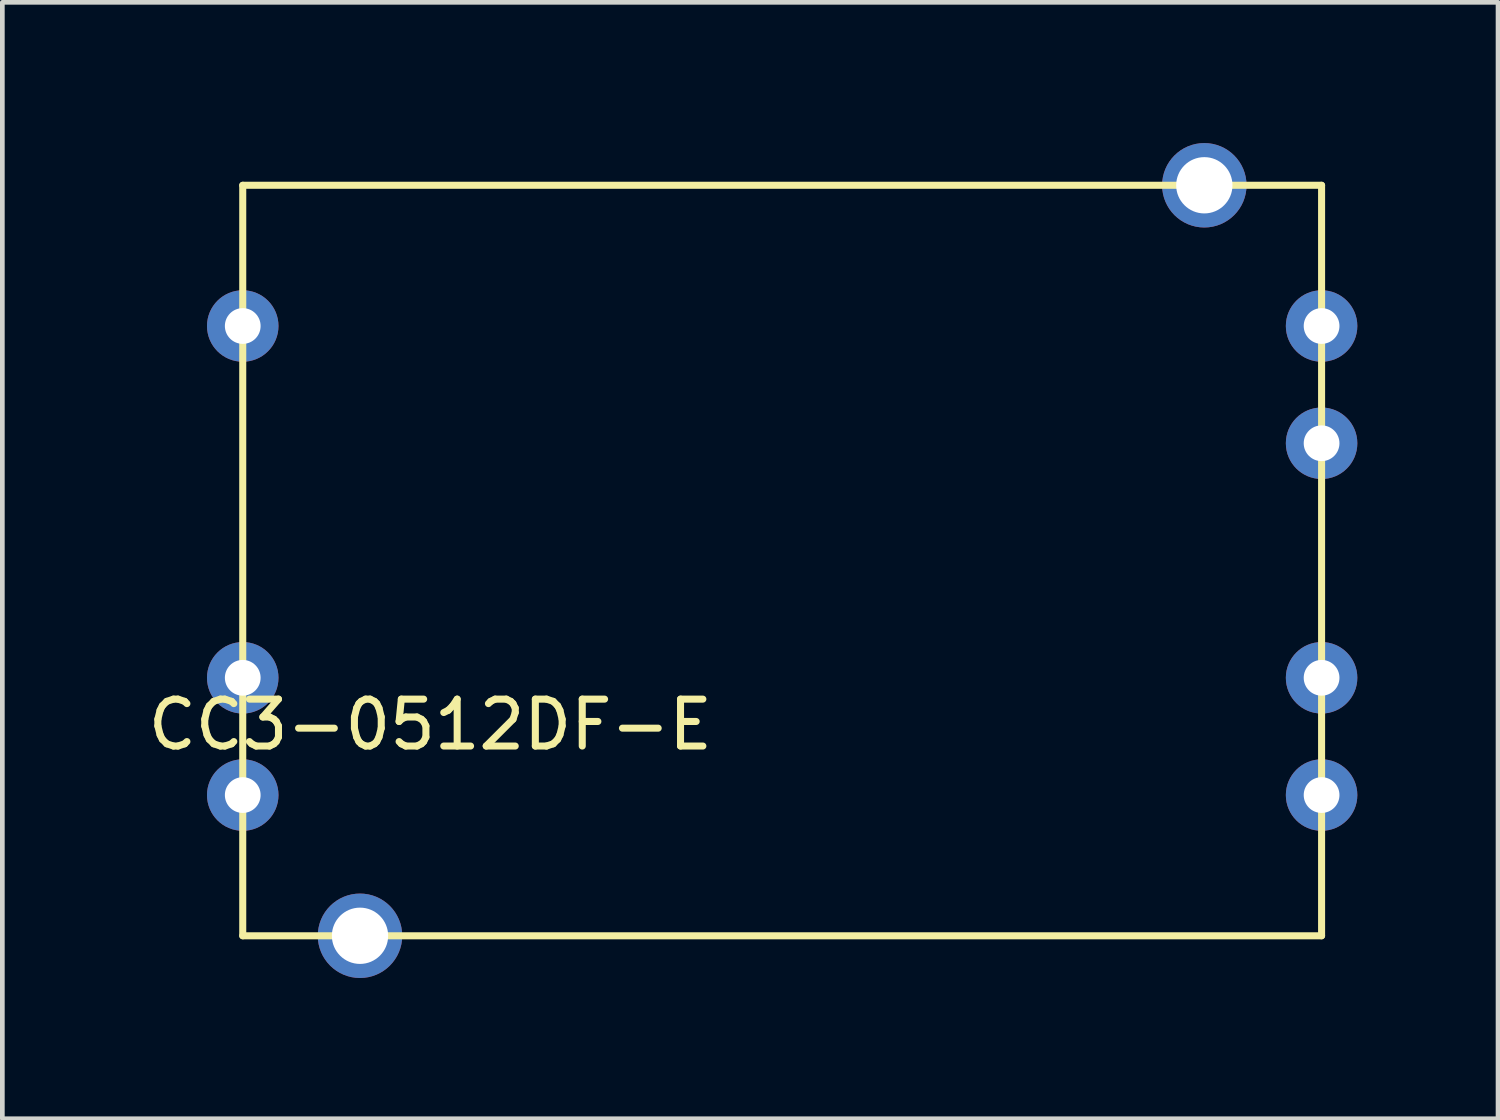
<source format=kicad_pcb>
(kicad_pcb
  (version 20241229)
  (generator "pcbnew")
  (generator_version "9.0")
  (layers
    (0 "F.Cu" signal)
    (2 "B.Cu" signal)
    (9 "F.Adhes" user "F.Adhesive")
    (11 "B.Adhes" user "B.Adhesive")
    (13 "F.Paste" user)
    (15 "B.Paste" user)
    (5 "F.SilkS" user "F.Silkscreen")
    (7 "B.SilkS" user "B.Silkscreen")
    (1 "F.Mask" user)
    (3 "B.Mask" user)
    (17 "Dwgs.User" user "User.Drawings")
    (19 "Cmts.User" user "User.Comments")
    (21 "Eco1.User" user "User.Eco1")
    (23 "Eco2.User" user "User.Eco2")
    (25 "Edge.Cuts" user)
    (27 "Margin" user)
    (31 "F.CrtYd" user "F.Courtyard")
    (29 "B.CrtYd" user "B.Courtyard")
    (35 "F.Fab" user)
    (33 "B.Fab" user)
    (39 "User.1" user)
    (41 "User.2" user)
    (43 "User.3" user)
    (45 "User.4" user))
  (footprint "CC3-0512DF-E"
    (layer "F.Cu")
    (at 2.125 16.9)
    (property "Reference" "CC3-0512DF-E" (at 4 -4.5 0) (layer "F.SilkS") (effects (font (size 1 1) (thickness 0.15))))
    (attr through_hole)
    (fp_line (start 0 -16) (end 23 -16) (stroke (width 0.15) (type solid)) (layer "F.SilkS"))
    (fp_line (start 0 0) (end 0 -16) (stroke (width 0.15) (type solid)) (layer "F.SilkS"))
    (fp_line (start 23 -16) (end 23 0) (stroke (width 0.15) (type solid)) (layer "F.SilkS"))
    (fp_line (start 23 0) (end 0 0) (stroke (width 0.15) (type solid)) (layer "F.SilkS"))
    (pad "1" thru_hole circle (at 0 -13) (size 1.524 1.524) (drill 0.762) (layers "*.Cu" "*.Mask"))
    (pad "2" thru_hole circle (at 0 -5.5) (size 1.524 1.524) (drill 0.762) (layers "*.Cu" "*.Mask"))
    (pad "3" thru_hole circle (at 0 -3) (size 1.524 1.524) (drill 0.762) (layers "*.Cu" "*.Mask"))
    (pad "4" thru_hole circle (at 23 -3) (size 1.524 1.524) (drill 0.762) (layers "*.Cu" "*.Mask"))
    (pad "5" thru_hole circle (at 23 -5.5) (size 1.524 1.524) (drill 0.762) (layers "*.Cu" "*.Mask"))
    (pad "6" thru_hole circle (at 23 -10.5) (size 1.524 1.524) (drill 0.762) (layers "*.Cu" "*.Mask"))
    (pad "7" thru_hole circle (at 23 -13) (size 1.524 1.524) (drill 0.762) (layers "*.Cu" "*.Mask"))
    (pad "a" thru_hole circle (at 2.5 0) (size 1.8 1.8) (drill 1.2) (layers "*.Cu" "*.Mask"))
    (pad "a" thru_hole circle (at 20.5 -16) (size 1.8 1.8) (drill 1.2) (layers "*.Cu" "*.Mask")))
  (gr_rect
    (start -3 -3)
    (end 28.887 20.8)
    (stroke (width 0.1) (type default))
    (fill no)
    (layer "Edge.Cuts")))
</source>
